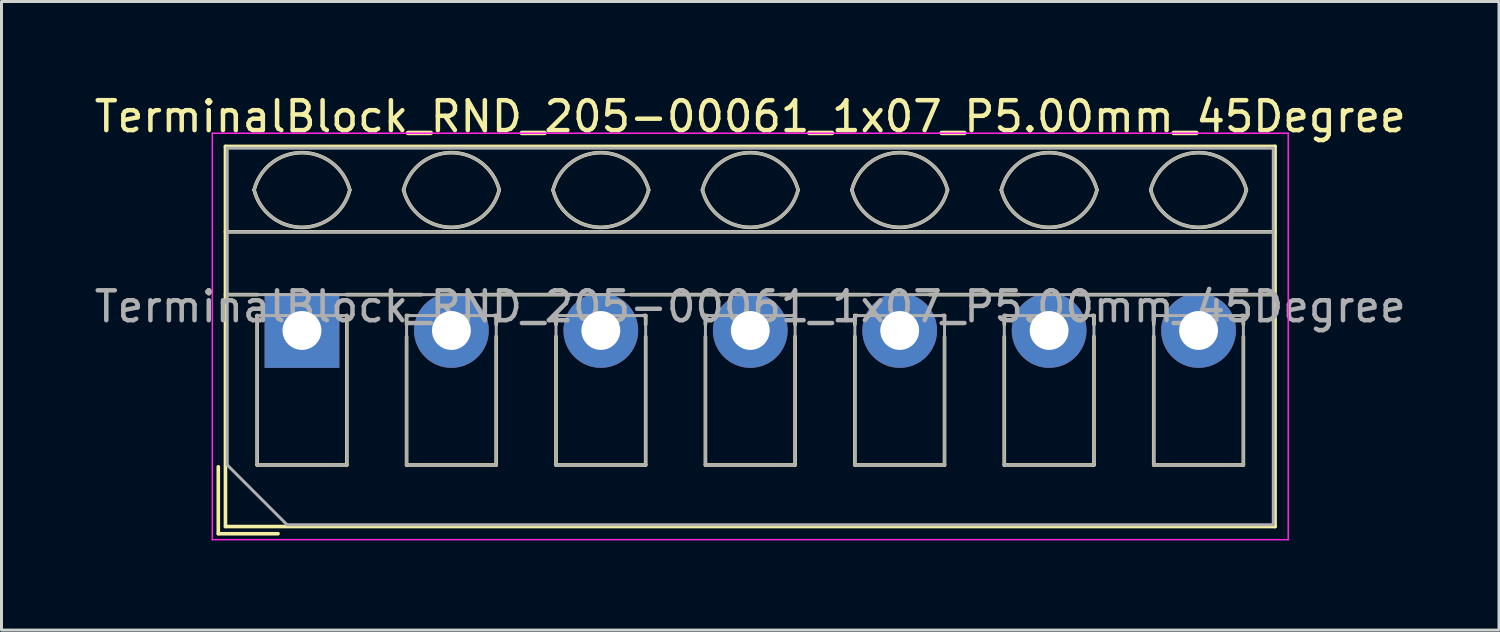
<source format=kicad_pcb>
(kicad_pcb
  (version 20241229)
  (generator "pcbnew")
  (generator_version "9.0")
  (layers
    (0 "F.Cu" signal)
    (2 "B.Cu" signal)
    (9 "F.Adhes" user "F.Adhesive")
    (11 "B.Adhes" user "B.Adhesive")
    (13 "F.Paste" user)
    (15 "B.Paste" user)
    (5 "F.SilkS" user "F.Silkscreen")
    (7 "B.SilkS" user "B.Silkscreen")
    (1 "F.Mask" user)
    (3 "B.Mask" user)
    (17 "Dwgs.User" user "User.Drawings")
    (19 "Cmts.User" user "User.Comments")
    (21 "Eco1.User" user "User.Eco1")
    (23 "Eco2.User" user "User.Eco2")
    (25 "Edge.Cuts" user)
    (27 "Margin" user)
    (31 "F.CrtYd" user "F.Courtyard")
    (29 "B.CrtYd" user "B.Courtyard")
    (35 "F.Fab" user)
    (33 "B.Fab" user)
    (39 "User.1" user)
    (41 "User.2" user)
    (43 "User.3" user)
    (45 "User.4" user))
  (footprint "TerminalBlock_RND_205-00061_1x07_P5.00mm_45Degree"
    (layer "F.Cu")
    (at 7.054 8.008)
    (property "Reference" "TerminalBlock_RND_205-00061_1x07_P5.00mm_45Degree" (at 15 -7.16 0) (layer "F.SilkS") (effects (font (size 1 1) (thickness 0.15))))
    (attr through_hole)
    (fp_line (start -2.8 4.56) (end -2.8 6.8) (stroke (width 0.12) (type solid)) (layer "F.SilkS"))
    (fp_line (start -2.8 6.8) (end -0.8 6.8) (stroke (width 0.12) (type solid)) (layer "F.SilkS"))
    (fp_line (start -2.56 -6.16) (end -2.56 6.56) (stroke (width 0.12) (type solid)) (layer "F.SilkS"))
    (fp_line (start -2.56 -6.16) (end 32.56 -6.16) (stroke (width 0.12) (type solid)) (layer "F.SilkS"))
    (fp_line (start -2.56 -3.301) (end 32.56 -3.301) (stroke (width 0.12) (type solid)) (layer "F.SilkS"))
    (fp_line (start -2.56 -1.201) (end -1.49 -1.201) (stroke (width 0.12) (type solid)) (layer "F.SilkS"))
    (fp_line (start -2.56 6.56) (end 32.56 6.56) (stroke (width 0.12) (type solid)) (layer "F.SilkS"))
    (fp_line (start -1.5 -0.5) (end -1.5 4.5) (stroke (width 0.12) (type solid)) (layer "F.SilkS"))
    (fp_line (start -1.5 -0.5) (end -1.49 -0.5) (stroke (width 0.12) (type solid)) (layer "F.SilkS"))
    (fp_line (start -1.5 4.5) (end 1.5 4.5) (stroke (width 0.12) (type solid)) (layer "F.SilkS"))
    (fp_line (start 1.49 -1.201) (end 4 -1.201) (stroke (width 0.12) (type solid)) (layer "F.SilkS"))
    (fp_line (start 1.49 -0.5) (end 1.5 -0.5) (stroke (width 0.12) (type solid)) (layer "F.SilkS"))
    (fp_line (start 1.5 -0.5) (end 1.5 4.5) (stroke (width 0.12) (type solid)) (layer "F.SilkS"))
    (fp_line (start 3.5 -0.5) (end 3.5 -0.202) (stroke (width 0.12) (type solid)) (layer "F.SilkS"))
    (fp_line (start 3.5 -0.5) (end 3.57 -0.5) (stroke (width 0.12) (type solid)) (layer "F.SilkS"))
    (fp_line (start 3.5 0.202) (end 3.5 4.5) (stroke (width 0.12) (type solid)) (layer "F.SilkS"))
    (fp_line (start 3.5 4.5) (end 6.5 4.5) (stroke (width 0.12) (type solid)) (layer "F.SilkS"))
    (fp_line (start 6.001 -1.201) (end 9 -1.201) (stroke (width 0.12) (type solid)) (layer "F.SilkS"))
    (fp_line (start 6.431 -0.5) (end 6.5 -0.5) (stroke (width 0.12) (type solid)) (layer "F.SilkS"))
    (fp_line (start 6.5 -0.5) (end 6.5 -0.202) (stroke (width 0.12) (type solid)) (layer "F.SilkS"))
    (fp_line (start 6.5 0.202) (end 6.5 4.5) (stroke (width 0.12) (type solid)) (layer "F.SilkS"))
    (fp_line (start 8.5 -0.5) (end 8.5 -0.202) (stroke (width 0.12) (type solid)) (layer "F.SilkS"))
    (fp_line (start 8.5 -0.5) (end 8.57 -0.5) (stroke (width 0.12) (type solid)) (layer "F.SilkS"))
    (fp_line (start 8.5 0.202) (end 8.5 4.5) (stroke (width 0.12) (type solid)) (layer "F.SilkS"))
    (fp_line (start 8.5 4.5) (end 11.5 4.5) (stroke (width 0.12) (type solid)) (layer "F.SilkS"))
    (fp_line (start 11.001 -1.201) (end 14 -1.201) (stroke (width 0.12) (type solid)) (layer "F.SilkS"))
    (fp_line (start 11.431 -0.5) (end 11.5 -0.5) (stroke (width 0.12) (type solid)) (layer "F.SilkS"))
    (fp_line (start 11.5 -0.5) (end 11.5 -0.202) (stroke (width 0.12) (type solid)) (layer "F.SilkS"))
    (fp_line (start 11.5 0.202) (end 11.5 4.5) (stroke (width 0.12) (type solid)) (layer "F.SilkS"))
    (fp_line (start 13.5 -0.5) (end 13.5 -0.202) (stroke (width 0.12) (type solid)) (layer "F.SilkS"))
    (fp_line (start 13.5 -0.5) (end 13.57 -0.5) (stroke (width 0.12) (type solid)) (layer "F.SilkS"))
    (fp_line (start 13.5 0.202) (end 13.5 4.5) (stroke (width 0.12) (type solid)) (layer "F.SilkS"))
    (fp_line (start 13.5 4.5) (end 16.5 4.5) (stroke (width 0.12) (type solid)) (layer "F.SilkS"))
    (fp_line (start 16.001 -1.201) (end 19 -1.201) (stroke (width 0.12) (type solid)) (layer "F.SilkS"))
    (fp_line (start 16.431 -0.5) (end 16.5 -0.5) (stroke (width 0.12) (type solid)) (layer "F.SilkS"))
    (fp_line (start 16.5 -0.5) (end 16.5 -0.202) (stroke (width 0.12) (type solid)) (layer "F.SilkS"))
    (fp_line (start 16.5 0.202) (end 16.5 4.5) (stroke (width 0.12) (type solid)) (layer "F.SilkS"))
    (fp_line (start 18.5 -0.5) (end 18.5 -0.202) (stroke (width 0.12) (type solid)) (layer "F.SilkS"))
    (fp_line (start 18.5 -0.5) (end 18.57 -0.5) (stroke (width 0.12) (type solid)) (layer "F.SilkS"))
    (fp_line (start 18.5 0.202) (end 18.5 4.5) (stroke (width 0.12) (type solid)) (layer "F.SilkS"))
    (fp_line (start 18.5 4.5) (end 21.5 4.5) (stroke (width 0.12) (type solid)) (layer "F.SilkS"))
    (fp_line (start 21.001 -1.201) (end 24 -1.201) (stroke (width 0.12) (type solid)) (layer "F.SilkS"))
    (fp_line (start 21.431 -0.5) (end 21.5 -0.5) (stroke (width 0.12) (type solid)) (layer "F.SilkS"))
    (fp_line (start 21.5 -0.5) (end 21.5 -0.202) (stroke (width 0.12) (type solid)) (layer "F.SilkS"))
    (fp_line (start 21.5 0.202) (end 21.5 4.5) (stroke (width 0.12) (type solid)) (layer "F.SilkS"))
    (fp_line (start 23.5 -0.5) (end 23.5 -0.202) (stroke (width 0.12) (type solid)) (layer "F.SilkS"))
    (fp_line (start 23.5 -0.5) (end 23.57 -0.5) (stroke (width 0.12) (type solid)) (layer "F.SilkS"))
    (fp_line (start 23.5 0.202) (end 23.5 4.5) (stroke (width 0.12) (type solid)) (layer "F.SilkS"))
    (fp_line (start 23.5 4.5) (end 26.5 4.5) (stroke (width 0.12) (type solid)) (layer "F.SilkS"))
    (fp_line (start 26.001 -1.201) (end 29 -1.201) (stroke (width 0.12) (type solid)) (layer "F.SilkS"))
    (fp_line (start 26.431 -0.5) (end 26.5 -0.5) (stroke (width 0.12) (type solid)) (layer "F.SilkS"))
    (fp_line (start 26.5 -0.5) (end 26.5 -0.202) (stroke (width 0.12) (type solid)) (layer "F.SilkS"))
    (fp_line (start 26.5 0.202) (end 26.5 4.5) (stroke (width 0.12) (type solid)) (layer "F.SilkS"))
    (fp_line (start 28.5 -0.5) (end 28.5 -0.202) (stroke (width 0.12) (type solid)) (layer "F.SilkS"))
    (fp_line (start 28.5 -0.5) (end 28.57 -0.5) (stroke (width 0.12) (type solid)) (layer "F.SilkS"))
    (fp_line (start 28.5 0.202) (end 28.5 4.5) (stroke (width 0.12) (type solid)) (layer "F.SilkS"))
    (fp_line (start 28.5 4.5) (end 31.5 4.5) (stroke (width 0.12) (type solid)) (layer "F.SilkS"))
    (fp_line (start 31.001 -1.201) (end 32.56 -1.201) (stroke (width 0.12) (type solid)) (layer "F.SilkS"))
    (fp_line (start 31.431 -0.5) (end 31.5 -0.5) (stroke (width 0.12) (type solid)) (layer "F.SilkS"))
    (fp_line (start 31.5 -0.5) (end 31.5 -0.202) (stroke (width 0.12) (type solid)) (layer "F.SilkS"))
    (fp_line (start 31.5 0.202) (end 31.5 4.5) (stroke (width 0.12) (type solid)) (layer "F.SilkS"))
    (fp_line (start 32.56 -6.16) (end 32.56 6.56) (stroke (width 0.12) (type solid)) (layer "F.SilkS"))
    (fp_arc (start -1.600914 -4.700344) (mid 0.000177 -5.95097) (end 1.601 -4.7) (stroke (width 0.12) (type solid)) (layer "F.SilkS"))
    (fp_arc (start 1.6 -4.7) (mid -0.000064 -3.45) (end -1.600031 -4.700125) (stroke (width 0.12) (type solid)) (layer "F.SilkS"))
    (fp_arc (start 3.399086 -4.700344) (mid 5.000177 -5.95097) (end 6.601 -4.7) (stroke (width 0.12) (type solid)) (layer "F.SilkS"))
    (fp_arc (start 6.6 -4.7) (mid 4.999936 -3.45) (end 3.399969 -4.700125) (stroke (width 0.12) (type solid)) (layer "F.SilkS"))
    (fp_arc (start 8.399086 -4.700344) (mid 10.000177 -5.95097) (end 11.601 -4.7) (stroke (width 0.12) (type solid)) (layer "F.SilkS"))
    (fp_arc (start 11.6 -4.7) (mid 9.999936 -3.45) (end 8.399969 -4.700125) (stroke (width 0.12) (type solid)) (layer "F.SilkS"))
    (fp_arc (start 13.399086 -4.700344) (mid 15.000177 -5.95097) (end 16.601 -4.7) (stroke (width 0.12) (type solid)) (layer "F.SilkS"))
    (fp_arc (start 16.6 -4.7) (mid 14.999936 -3.45) (end 13.399969 -4.700125) (stroke (width 0.12) (type solid)) (layer "F.SilkS"))
    (fp_arc (start 18.399086 -4.700344) (mid 20.000177 -5.95097) (end 21.601 -4.7) (stroke (width 0.12) (type solid)) (layer "F.SilkS"))
    (fp_arc (start 21.6 -4.7) (mid 19.999936 -3.45) (end 18.399969 -4.700125) (stroke (width 0.12) (type solid)) (layer "F.SilkS"))
    (fp_arc (start 23.399086 -4.700344) (mid 25.000177 -5.95097) (end 26.601 -4.7) (stroke (width 0.12) (type solid)) (layer "F.SilkS"))
    (fp_arc (start 26.6 -4.7) (mid 24.999936 -3.45) (end 23.399969 -4.700125) (stroke (width 0.12) (type solid)) (layer "F.SilkS"))
    (fp_arc (start 28.399086 -4.700344) (mid 30.000177 -5.95097) (end 31.601 -4.7) (stroke (width 0.12) (type solid)) (layer "F.SilkS"))
    (fp_arc (start 31.6 -4.7) (mid 29.999936 -3.45) (end 28.399969 -4.700125) (stroke (width 0.12) (type solid)) (layer "F.SilkS"))
    (fp_line (start -3 -6.6) (end -3 7) (stroke (width 0.05) (type solid)) (layer "F.CrtYd"))
    (fp_line (start -3 7) (end 33 7) (stroke (width 0.05) (type solid)) (layer "F.CrtYd"))
    (fp_line (start 33 -6.6) (end -3 -6.6) (stroke (width 0.05) (type solid)) (layer "F.CrtYd"))
    (fp_line (start 33 7) (end 33 -6.6) (stroke (width 0.05) (type solid)) (layer "F.CrtYd"))
    (fp_line (start -2.5 -6.1) (end 32.5 -6.1) (stroke (width 0.1) (type solid)) (layer "F.Fab"))
    (fp_line (start -2.5 -3.3) (end 32.5 -3.3) (stroke (width 0.1) (type solid)) (layer "F.Fab"))
    (fp_line (start -2.5 -1.2) (end 32.5 -1.2) (stroke (width 0.1) (type solid)) (layer "F.Fab"))
    (fp_line (start -2.5 4.5) (end -2.5 -6.1) (stroke (width 0.1) (type solid)) (layer "F.Fab"))
    (fp_line (start -1.5 -0.5) (end -1.5 4.5) (stroke (width 0.1) (type solid)) (layer "F.Fab"))
    (fp_line (start -1.5 4.5) (end 1.5 4.5) (stroke (width 0.1) (type solid)) (layer "F.Fab"))
    (fp_line (start -0.5 6.5) (end -2.5 4.5) (stroke (width 0.1) (type solid)) (layer "F.Fab"))
    (fp_line (start 1.5 -0.5) (end -1.5 -0.5) (stroke (width 0.1) (type solid)) (layer "F.Fab"))
    (fp_line (start 1.5 4.5) (end 1.5 -0.5) (stroke (width 0.1) (type solid)) (layer "F.Fab"))
    (fp_line (start 3.5 -0.5) (end 3.5 4.5) (stroke (width 0.1) (type solid)) (layer "F.Fab"))
    (fp_line (start 3.5 4.5) (end 6.5 4.5) (stroke (width 0.1) (type solid)) (layer "F.Fab"))
    (fp_line (start 6.5 -0.5) (end 3.5 -0.5) (stroke (width 0.1) (type solid)) (layer "F.Fab"))
    (fp_line (start 6.5 4.5) (end 6.5 -0.5) (stroke (width 0.1) (type solid)) (layer "F.Fab"))
    (fp_line (start 8.5 -0.5) (end 8.5 4.5) (stroke (width 0.1) (type solid)) (layer "F.Fab"))
    (fp_line (start 8.5 4.5) (end 11.5 4.5) (stroke (width 0.1) (type solid)) (layer "F.Fab"))
    (fp_line (start 11.5 -0.5) (end 8.5 -0.5) (stroke (width 0.1) (type solid)) (layer "F.Fab"))
    (fp_line (start 11.5 4.5) (end 11.5 -0.5) (stroke (width 0.1) (type solid)) (layer "F.Fab"))
    (fp_line (start 13.5 -0.5) (end 13.5 4.5) (stroke (width 0.1) (type solid)) (layer "F.Fab"))
    (fp_line (start 13.5 4.5) (end 16.5 4.5) (stroke (width 0.1) (type solid)) (layer "F.Fab"))
    (fp_line (start 16.5 -0.5) (end 13.5 -0.5) (stroke (width 0.1) (type solid)) (layer "F.Fab"))
    (fp_line (start 16.5 4.5) (end 16.5 -0.5) (stroke (width 0.1) (type solid)) (layer "F.Fab"))
    (fp_line (start 18.5 -0.5) (end 18.5 4.5) (stroke (width 0.1) (type solid)) (layer "F.Fab"))
    (fp_line (start 18.5 4.5) (end 21.5 4.5) (stroke (width 0.1) (type solid)) (layer "F.Fab"))
    (fp_line (start 21.5 -0.5) (end 18.5 -0.5) (stroke (width 0.1) (type solid)) (layer "F.Fab"))
    (fp_line (start 21.5 4.5) (end 21.5 -0.5) (stroke (width 0.1) (type solid)) (layer "F.Fab"))
    (fp_line (start 23.5 -0.5) (end 23.5 4.5) (stroke (width 0.1) (type solid)) (layer "F.Fab"))
    (fp_line (start 23.5 4.5) (end 26.5 4.5) (stroke (width 0.1) (type solid)) (layer "F.Fab"))
    (fp_line (start 26.5 -0.5) (end 23.5 -0.5) (stroke (width 0.1) (type solid)) (layer "F.Fab"))
    (fp_line (start 26.5 4.5) (end 26.5 -0.5) (stroke (width 0.1) (type solid)) (layer "F.Fab"))
    (fp_line (start 28.5 -0.5) (end 28.5 4.5) (stroke (width 0.1) (type solid)) (layer "F.Fab"))
    (fp_line (start 28.5 4.5) (end 31.5 4.5) (stroke (width 0.1) (type solid)) (layer "F.Fab"))
    (fp_line (start 31.5 -0.5) (end 28.5 -0.5) (stroke (width 0.1) (type solid)) (layer "F.Fab"))
    (fp_line (start 31.5 4.5) (end 31.5 -0.5) (stroke (width 0.1) (type solid)) (layer "F.Fab"))
    (fp_line (start 32.5 -6.1) (end 32.5 6.5) (stroke (width 0.1) (type solid)) (layer "F.Fab"))
    (fp_line (start 32.5 6.5) (end -0.5 6.5) (stroke (width 0.1) (type solid)) (layer "F.Fab"))
    (fp_arc (start -1.600914 -4.700344) (mid 0.000177 -5.95097) (end 1.601 -4.7) (stroke (width 0.1) (type solid)) (layer "F.Fab"))
    (fp_arc (start 1.6 -4.7) (mid -0.000064 -3.45) (end -1.600031 -4.700125) (stroke (width 0.1) (type solid)) (layer "F.Fab"))
    (fp_arc (start 3.399086 -4.700344) (mid 5.000177 -5.95097) (end 6.601 -4.7) (stroke (width 0.1) (type solid)) (layer "F.Fab"))
    (fp_arc (start 6.6 -4.7) (mid 4.999936 -3.45) (end 3.399969 -4.700125) (stroke (width 0.1) (type solid)) (layer "F.Fab"))
    (fp_arc (start 8.399086 -4.700344) (mid 10.000177 -5.95097) (end 11.601 -4.7) (stroke (width 0.1) (type solid)) (layer "F.Fab"))
    (fp_arc (start 11.6 -4.7) (mid 9.999936 -3.45) (end 8.399969 -4.700125) (stroke (width 0.1) (type solid)) (layer "F.Fab"))
    (fp_arc (start 13.399086 -4.700344) (mid 15.000177 -5.95097) (end 16.601 -4.7) (stroke (width 0.1) (type solid)) (layer "F.Fab"))
    (fp_arc (start 16.6 -4.7) (mid 14.999936 -3.45) (end 13.399969 -4.700125) (stroke (width 0.1) (type solid)) (layer "F.Fab"))
    (fp_arc (start 18.399086 -4.700344) (mid 20.000177 -5.95097) (end 21.601 -4.7) (stroke (width 0.1) (type solid)) (layer "F.Fab"))
    (fp_arc (start 21.6 -4.7) (mid 19.999936 -3.45) (end 18.399969 -4.700125) (stroke (width 0.1) (type solid)) (layer "F.Fab"))
    (fp_arc (start 23.399086 -4.700344) (mid 25.000177 -5.95097) (end 26.601 -4.7) (stroke (width 0.1) (type solid)) (layer "F.Fab"))
    (fp_arc (start 26.6 -4.7) (mid 24.999936 -3.45) (end 23.399969 -4.700125) (stroke (width 0.1) (type solid)) (layer "F.Fab"))
    (fp_arc (start 28.399086 -4.700344) (mid 30.000177 -5.95097) (end 31.601 -4.7) (stroke (width 0.1) (type solid)) (layer "F.Fab"))
    (fp_arc (start 31.6 -4.7) (mid 29.999936 -3.45) (end 28.399969 -4.700125) (stroke (width 0.1) (type solid)) (layer "F.Fab"))
    (fp_text user "${REFERENCE}" (at 15 -0.8 0) (layer "F.Fab") (effects (font (size 1 1) (thickness 0.15))))
    (pad "1" thru_hole rect (at 0 0) (size 2.5 2.5) (drill 1.3) (layers "*.Cu" "*.Mask"))
    (pad "2" thru_hole circle (at 5 0) (size 2.5 2.5) (drill 1.3) (layers "*.Cu" "*.Mask"))
    (pad "3" thru_hole circle (at 10 0) (size 2.5 2.5) (drill 1.3) (layers "*.Cu" "*.Mask"))
    (pad "4" thru_hole circle (at 15 0) (size 2.5 2.5) (drill 1.3) (layers "*.Cu" "*.Mask"))
    (pad "5" thru_hole circle (at 20 0) (size 2.5 2.5) (drill 1.3) (layers "*.Cu" "*.Mask"))
    (pad "6" thru_hole circle (at 25 0) (size 2.5 2.5) (drill 1.3) (layers "*.Cu" "*.Mask"))
    (pad "7" thru_hole circle (at 30 0) (size 2.5 2.5) (drill 1.3) (layers "*.Cu" "*.Mask")))
  (gr_rect
    (start -3 -3)
    (end 47.107 18.033)
    (stroke (width 0.1) (type default))
    (fill no)
    (layer "Edge.Cuts")))
</source>
